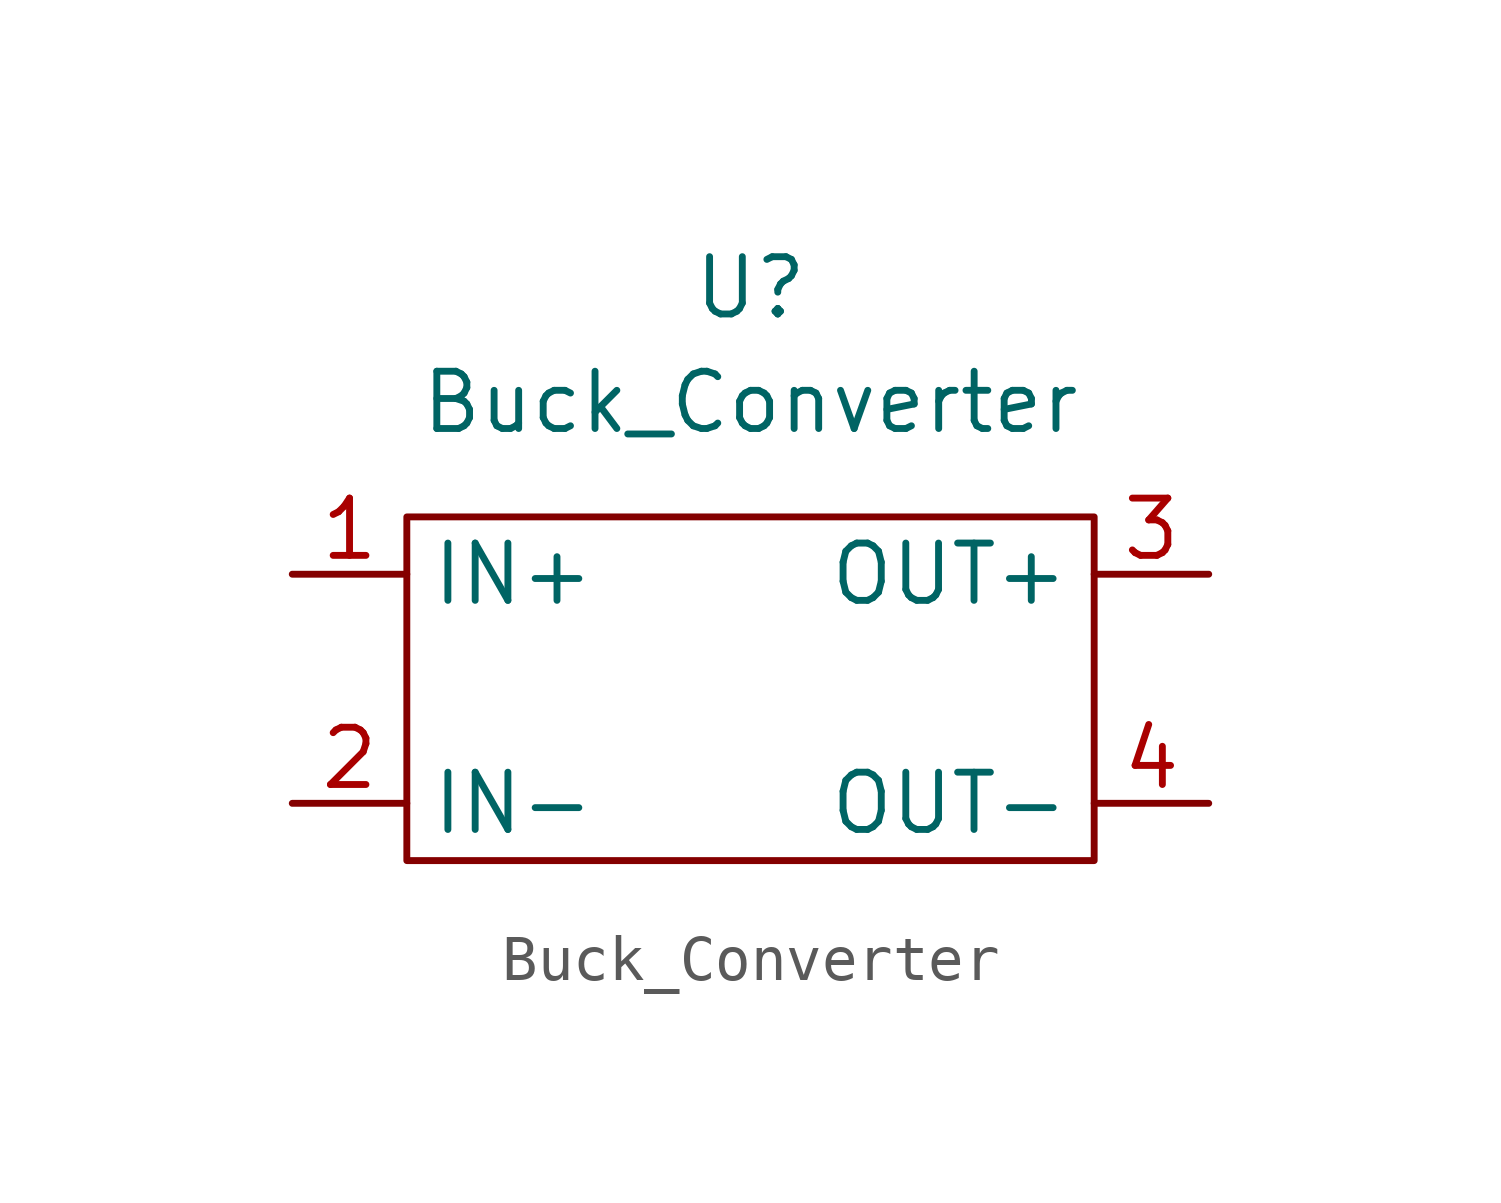
<source format=kicad_sym>
(kicad_symbol_lib
  (version 20211014)
  (generator kicad_symbol_editor)
  (symbol "Buck_Converter"
    (property "Reference" "U"
      (at 0 8.89 0)
      (effects (font (size 1.27 1.27))))
    (property "Value" "Buck_Converter"
      (at 0 6.35 0)
      (effects (font (size 1.27 1.27))))
    (symbol "Buck_Converter_0_1"
      (rectangle (start -7.62 3.81) (end 7.62 -3.81) (stroke (width 0) (type default) (color 0 0 0 0)) (fill (type none))))
    (symbol "Buck_Converter_1_1"
      (pin power_in line (at -10.16 2.54 0) (length 2.54) (name "IN+" (effects (font (size 1.27 1.27)))) (number "1" (effects (font (size 1.27 1.27)))))
      (pin power_in line (at -10.16 -2.54 0) (length 2.54) (name "IN-" (effects (font (size 1.27 1.27)))) (number "2" (effects (font (size 1.27 1.27)))))
      (pin power_out line (at 10.16 2.54 180) (length 2.54) (name "OUT+" (effects (font (size 1.27 1.27)))) (number "3" (effects (font (size 1.27 1.27)))))
      (pin power_out line (at 10.16 -2.54 180) (length 2.54) (name "OUT-" (effects (font (size 1.27 1.27)))) (number "4" (effects (font (size 1.27 1.27))))))))
</source>
